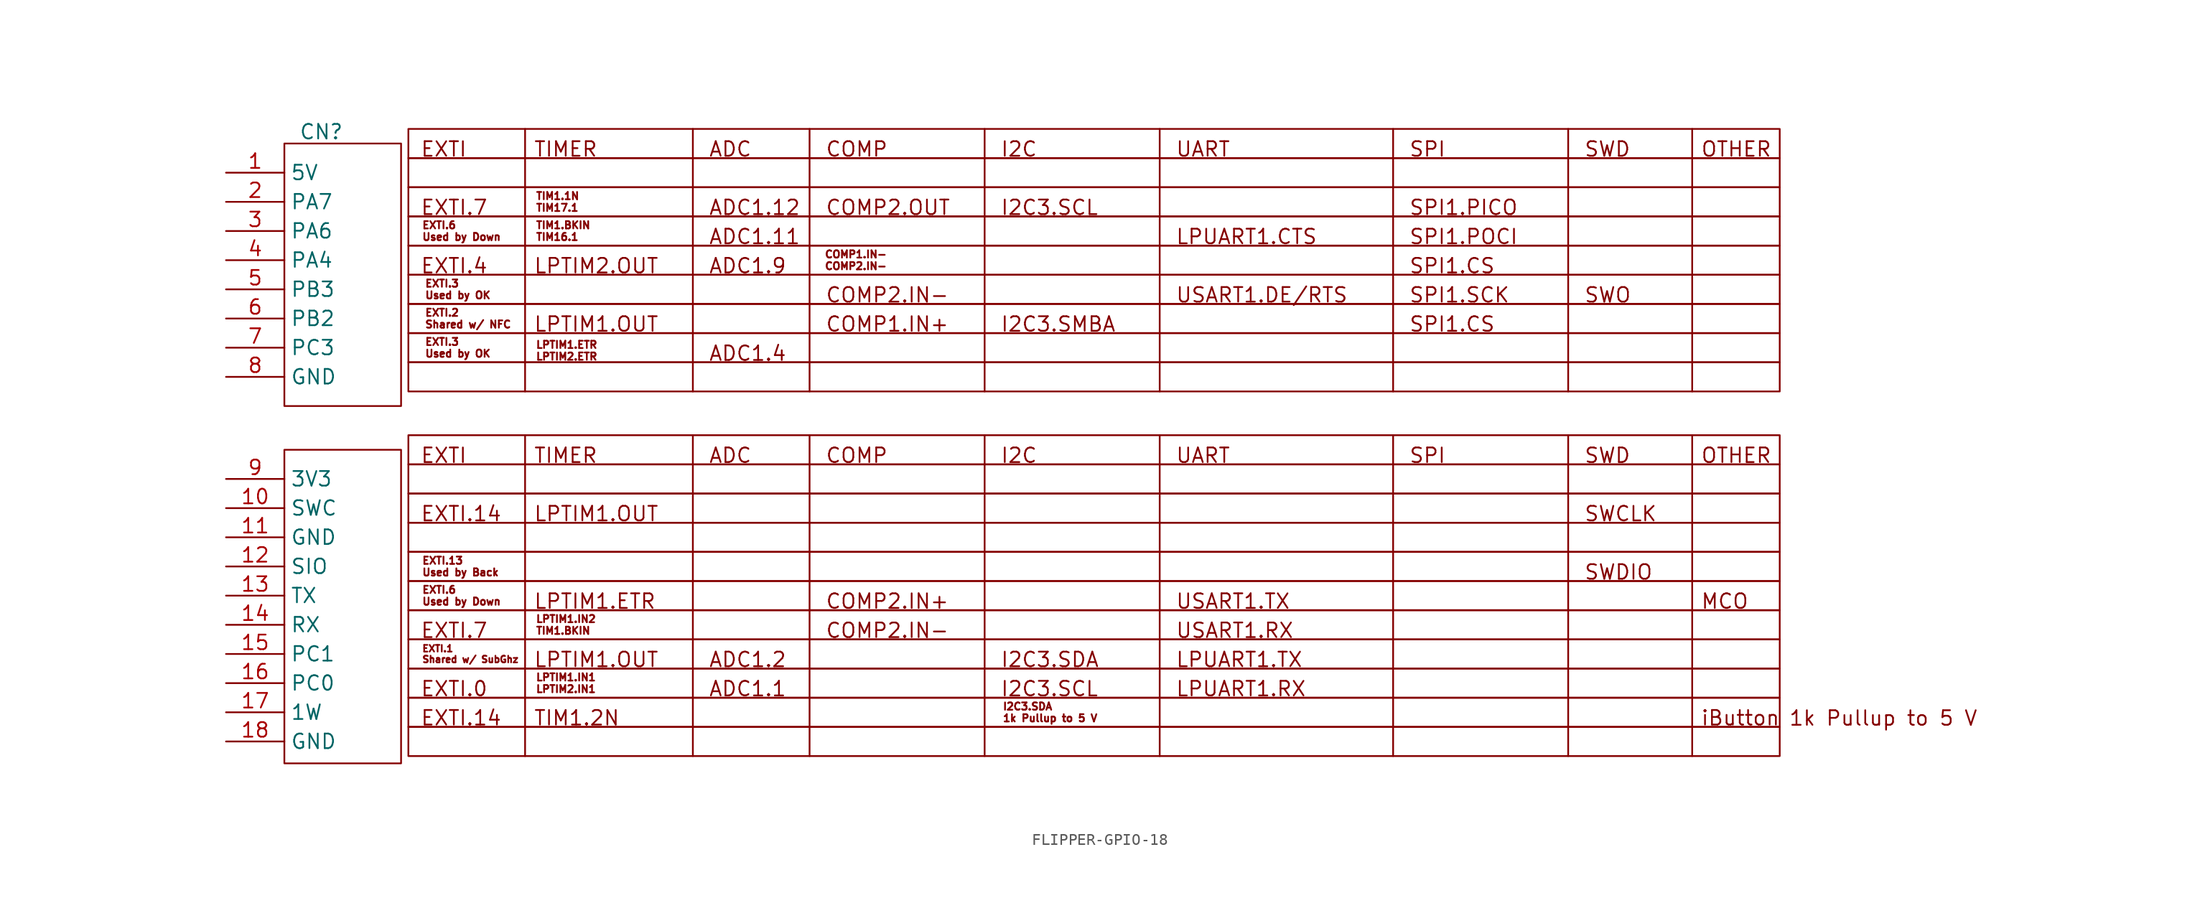
<source format=kicad_sym>
(kicad_symbol_lib
  (version 20231120)
  (generator "kicad_symbol_editor")
  (generator_version "8.0")
  (symbol "FLIPPER-GPIO-18"
    (property "Reference" "CN"
      (at 6.35 -1.524 0)
      (effects (font (size 1.27 1.27)) (justify left)))
    (property "Value" ""
      (at 0 0 0)
      (effects (font (size 1.27 1.27))))
    (symbol "FLIPPER-GPIO-18_0_1"
      (polyline (pts (xy 5.08 -56.515) (xy 5.08 -29.21) (xy 15.24 -29.21) (xy 15.24 -56.515) (xy 5.08 -56.515)) (stroke (width 0) (type default)) (fill (type none)))
      (polyline (pts (xy 5.08 -25.4) (xy 5.08 -2.54) (xy 15.24 -2.54) (xy 15.24 -25.4) (xy 5.08 -25.4)) (stroke (width 0) (type default)) (fill (type none))))
    (symbol "FLIPPER-GPIO-18_1_1"
      (polyline (pts (xy 26.035 -27.94) (xy 26.035 -55.88)) (stroke (width 0) (type default)) (fill (type none)))
      (polyline (pts (xy 26.035 -1.27) (xy 26.035 -24.13)) (stroke (width 0) (type default)) (fill (type none)))
      (polyline (pts (xy 40.64 -27.94) (xy 40.64 -55.88)) (stroke (width 0) (type default)) (fill (type none)))
      (polyline (pts (xy 40.64 -1.27) (xy 40.64 -24.13)) (stroke (width 0) (type default)) (fill (type none)))
      (polyline (pts (xy 50.8 -27.94) (xy 50.8 -55.88)) (stroke (width 0) (type default)) (fill (type none)))
      (polyline (pts (xy 50.8 -1.27) (xy 50.8 -24.13)) (stroke (width 0) (type default)) (fill (type none)))
      (polyline (pts (xy 66.04 -27.94) (xy 66.04 -55.88)) (stroke (width 0) (type default)) (fill (type none)))
      (polyline (pts (xy 66.04 -1.27) (xy 66.04 -24.13)) (stroke (width 0) (type default)) (fill (type none)))
      (polyline (pts (xy 81.28 -27.94) (xy 81.28 -55.88)) (stroke (width 0) (type default)) (fill (type none)))
      (polyline (pts (xy 81.28 -1.27) (xy 81.28 -24.13)) (stroke (width 0) (type default)) (fill (type none)))
      (polyline (pts (xy 101.6 -27.94) (xy 101.6 -55.88)) (stroke (width 0) (type default)) (fill (type none)))
      (polyline (pts (xy 101.6 -1.27) (xy 101.6 -24.13)) (stroke (width 0) (type default)) (fill (type none)))
      (polyline (pts (xy 116.84 -27.94) (xy 116.84 -55.88)) (stroke (width 0) (type default)) (fill (type none)))
      (polyline (pts (xy 116.84 -1.27) (xy 116.84 -24.13)) (stroke (width 0) (type default)) (fill (type none)))
      (polyline (pts (xy 127.635 -27.94) (xy 127.635 -55.88)) (stroke (width 0) (type default)) (fill (type none)))
      (polyline (pts (xy 127.635 -1.27) (xy 127.635 -24.13)) (stroke (width 0) (type default)) (fill (type none)))
      (text "1k Pullup to 5 V" (at 144.272 -52.578 0) (effects (font (size 1.27 1.27))))
      (text "COMP1.IN-\nCOMP2.IN-" (at 52.07 -12.7 0) (effects (font (size 0.635 0.635)) (justify left)))
      (text "EXTI.1\nShared w/ SubGhz" (at 17.018 -46.99 0) (effects (font (size 0.584 0.584)) (justify left)))
      (text "EXTI.13\nUsed by Back" (at 17.018 -39.37 0) (effects (font (size 0.635 0.635)) (justify left)))
      (text "EXTI.2\nShared w/ NFC" (at 17.272 -17.78 0) (effects (font (size 0.635 0.635)) (justify left)))
      (text "EXTI.3\nUsed by OK" (at 17.272 -20.32 0) (effects (font (size 0.635 0.635)) (justify left)))
      (text "EXTI.3\nUsed by OK" (at 17.272 -15.24 0) (effects (font (size 0.635 0.635)) (justify left)))
      (text "EXTI.6\nUsed by Down" (at 17.018 -41.91 0) (effects (font (size 0.635 0.635)) (justify left)))
      (text "EXTI.6\nUsed by Down" (at 17.018 -10.16 0) (effects (font (size 0.635 0.635)) (justify left)))
      (text "I2C3.SDA\n1k Pullup to 5 V" (at 67.564 -52.07 0) (effects (font (size 0.635 0.635)) (justify left)))
      (text "LPTIM1.ETR\nLPTIM2.ETR" (at 26.924 -20.574 0) (effects (font (size 0.635 0.635)) (justify left)))
      (text "LPTIM1.IN1\nLPTIM2.IN1" (at 26.924 -49.53 0) (effects (font (size 0.635 0.635)) (justify left)))
      (text "LPTIM1.IN2\nTIM1.BKIN" (at 26.924 -44.45 0) (effects (font (size 0.635 0.635)) (justify left)))
      (text "TIM1.1N\nTIM17.1" (at 26.924 -7.62 0) (effects (font (size 0.635 0.635)) (justify left)))
      (text "TIM1.BKIN\nTIM16.1" (at 26.924 -10.16 0) (effects (font (size 0.635 0.635)) (justify left)))
      (text_box "" (at 15.875 -53.34 0) (size 119.38 -2.54) (stroke (width 0) (type default)) (fill (type none)) (effects (font (size 1.27 1.27)) (justify left top)))
      (text_box "" (at 15.875 -35.56 0) (size 119.38 -2.54) (stroke (width 0) (type default)) (fill (type none)) (effects (font (size 1.27 1.27)) (justify left top)))
      (text_box "" (at 15.875 -30.48 0) (size 119.38 -2.54) (stroke (width 0) (type default)) (fill (type none)) (effects (font (size 1.27 1.27)) (justify left top)))
      (text_box "" (at 15.875 -21.59 0) (size 119.38 -2.54) (stroke (width 0) (type default)) (fill (type none)) (effects (font (size 1.27 1.27)) (justify left top)))
      (text_box "" (at 15.875 -3.81 0) (size 119.38 -2.54) (stroke (width 0) (type default)) (fill (type none)) (effects (font (size 1.27 1.27)) (justify left top)))
      (text_box "																				SWDIO" (at 15.875 -38.1 0) (size 119.38 -2.54) (stroke (width 0) (type default)) (fill (type none)) (effects (font (size 1.27 1.27)) (justify left top)))
      (text_box "							COMP2.IN-				USART1.DE/RTS	SPI1.SCK	SWO" (at 15.875 -13.97 0) (size 119.38 -2.54) (stroke (width 0) (type default)) (fill (type none)) (effects (font (size 1.27 1.27)) (justify left top)))
      (text_box "					ADC1.11							LPUART1.CTS		SPI1.POCI" (at 15.875 -8.89 0) (size 119.38 -2.54) (stroke (width 0) (type default)) (fill (type none)) (effects (font (size 1.27 1.27)) (justify left top)))
      (text_box "					ADC1.4" (at 15.875 -19.05 0) (size 119.38 -2.54) (stroke (width 0) (type default)) (fill (type none)) (effects (font (size 1.27 1.27)) (justify left top)))
      (text_box "		LPTIM1.ETR			COMP2.IN+				USART1.TX							MCO" (at 15.875 -40.64 0) (size 119.38 -2.54) (stroke (width 0) (type default)) (fill (type none)) (effects (font (size 1.27 1.27)) (justify left top)))
      (text_box "		LPTIM1.OUT			COMP1.IN+	I2C3.SMBA					SPI1.CS" (at 15.875 -16.51 0) (size 119.38 -2.54) (stroke (width 0) (type default)) (fill (type none)) (effects (font (size 1.27 1.27)) (justify left top)))
      (text_box "		LPTIM1.OUT	ADC1.2				I2C3.SDA	LPUART1.TX" (at 15.875 -45.72 0) (size 119.38 -2.54) (stroke (width 0) (type default)) (fill (type none)) (effects (font (size 1.27 1.27)) (justify left top)))
      (text_box "EXTI	TIMER		ADC		COMP		I2C			UART			SPI			SWD		OTHER" (at 15.875 -27.94 0) (size 119.38 -2.54) (stroke (width 0) (type default)) (fill (type none)) (effects (font (size 1.27 1.27)) (justify left top)))
      (text_box "EXTI	TIMER		ADC		COMP		I2C			UART			SPI			SWD		OTHER" (at 15.875 -1.27 0) (size 119.38 -2.54) (stroke (width 0) (type default)) (fill (type none)) (effects (font (face "KiCad Font") (size 1.27 1.27)) (justify left top)))
      (text_box "EXTI.0				ADC1.1				I2C3.SCL	LPUART1.RX" (at 15.875 -48.26 0) (size 119.38 -2.54) (stroke (width 0) (type default)) (fill (type none)) (effects (font (size 1.27 1.27)) (justify left top)))
      (text_box "EXTI.14	LPTIM1.OUT																SWCLK" (at 15.875 -33.02 0) (size 119.38 -2.54) (stroke (width 0) (type default)) (fill (type none)) (effects (font (size 1.27 1.27)) (justify left top)))
      (text_box "EXTI.14	TIM1.2N																			iButton" (at 15.875 -50.8 0) (size 119.38 -2.54) (stroke (width 0) (type default)) (fill (type none)) (effects (font (size 1.27 1.27)) (justify left top)))
      (text_box "EXTI.4	LPTIM2.OUT	ADC1.9											SPI1.CS" (at 15.875 -11.43 0) (size 119.38 -2.54) (stroke (width 0) (type default)) (fill (type none)) (effects (font (size 1.27 1.27)) (justify left top)))
      (text_box "EXTI.7						COMP2.IN-				USART1.RX" (at 15.875 -43.18 0) (size 119.38 -2.54) (stroke (width 0) (type default)) (fill (type none)) (effects (font (size 1.27 1.27)) (justify left top)))
      (text_box "EXTI.7				ADC1.12	COMP2.OUT	I2C3.SCL					SPI1.PICO" (at 15.875 -6.35 0) (size 119.38 -2.54) (stroke (width 0) (type default)) (fill (type none)) (effects (font (size 1.27 1.27)) (justify left top)))
      (pin power_in line (at 0 -5.08 0) (length 5.08) (name "5V" (effects (font (size 1.27 1.27)))) (number "1" (effects (font (size 1.27 1.27)))))
      (pin bidirectional line (at 0 -34.29 0) (length 5.08) (name "SWC" (effects (font (size 1.27 1.27)))) (number "10" (effects (font (size 1.27 1.27)))))
      (pin bidirectional line (at 0 -36.83 0) (length 5.08) (name "GND" (effects (font (size 1.27 1.27)))) (number "11" (effects (font (size 1.27 1.27)))))
      (pin bidirectional line (at 0 -39.37 0) (length 5.08) (name "SIO" (effects (font (size 1.27 1.27)))) (number "12" (effects (font (size 1.27 1.27)))))
      (pin bidirectional line (at 0 -41.91 0) (length 5.08) (name "TX" (effects (font (size 1.27 1.27)))) (number "13" (effects (font (size 1.27 1.27)))))
      (pin bidirectional line (at 0 -44.45 0) (length 5.08) (name "RX" (effects (font (size 1.27 1.27)))) (number "14" (effects (font (size 1.27 1.27)))))
      (pin bidirectional line (at 0 -46.99 0) (length 5.08) (name "PC1" (effects (font (size 1.27 1.27)))) (number "15" (effects (font (size 1.27 1.27)))))
      (pin power_in line (at 0 -49.53 0) (length 5.08) (name "PC0" (effects (font (size 1.27 1.27)))) (number "16" (effects (font (size 1.27 1.27)))))
      (pin power_in line (at 0 -52.07 0) (length 5.08) (name "1W" (effects (font (size 1.27 1.27)))) (number "17" (effects (font (size 1.27 1.27)))))
      (pin power_in line (at 0 -54.61 0) (length 5.08) (name "GND" (effects (font (size 1.27 1.27)))) (number "18" (effects (font (size 1.27 1.27)))))
      (pin bidirectional line (at 0 -7.62 0) (length 5.08) (name "PA7" (effects (font (size 1.27 1.27)))) (number "2" (effects (font (size 1.27 1.27)))))
      (pin bidirectional line (at 0 -10.16 0) (length 5.08) (name "PA6" (effects (font (size 1.27 1.27)))) (number "3" (effects (font (size 1.27 1.27)))))
      (pin bidirectional line (at 0 -12.7 0) (length 5.08) (name "PA4" (effects (font (size 1.27 1.27)))) (number "4" (effects (font (size 1.27 1.27)))))
      (pin bidirectional line (at 0 -15.24 0) (length 5.08) (name "PB3" (effects (font (size 1.27 1.27)))) (number "5" (effects (font (size 1.27 1.27)))))
      (pin bidirectional line (at 0 -17.78 0) (length 5.08) (name "PB2" (effects (font (size 1.27 1.27)))) (number "6" (effects (font (size 1.27 1.27)))))
      (pin bidirectional line (at 0 -20.32 0) (length 5.08) (name "PC3" (effects (font (size 1.27 1.27)))) (number "7" (effects (font (size 1.27 1.27)))))
      (pin power_in line (at 0 -22.86 0) (length 5.08) (name "GND" (effects (font (size 1.27 1.27)))) (number "8" (effects (font (size 1.27 1.27)))))
      (pin power_in line (at 0 -31.75 0) (length 5.08) (name "3V3" (effects (font (size 1.27 1.27)))) (number "9" (effects (font (size 1.27 1.27))))))))
</source>
